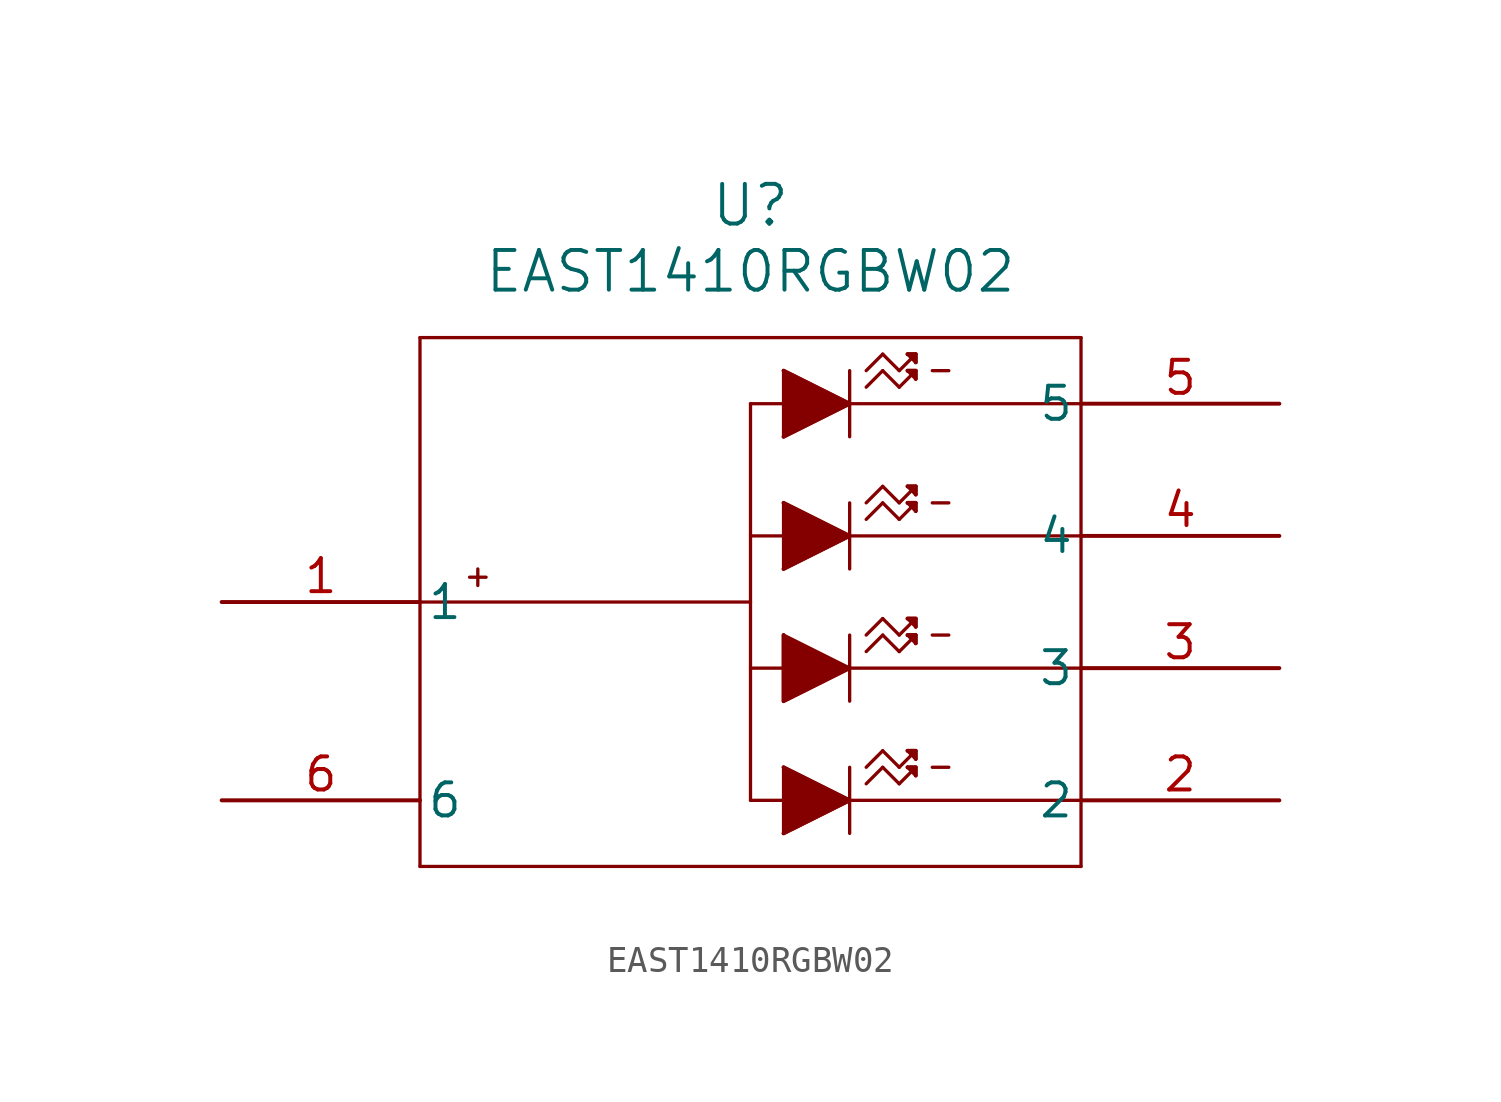
<source format=kicad_sym>
(kicad_symbol_lib
  (version 20211014)
  (generator kicad_symbol_editor)
  (symbol "EAST1410RGBW02"
    (pin_names
      (offset 0.254))
    (property "Reference" "U"
      (at 20.32 15.24 0)
      (effects (font (size 1.524 1.524))))
    (property "Value" "EAST1410RGBW02"
      (at 20.32 12.7 0)
      (effects (font (size 1.524 1.524))))
    (symbol "EAST1410RGBW02_0_1"
      (polyline (pts (xy 7.62 10.16) (xy 7.62 -10.16)) (stroke (width 0.127) (type default) (color 0 0 0 0)) (fill (type none)))
      (polyline (pts (xy 7.62 -10.16) (xy 33.02 -10.16)) (stroke (width 0.127) (type default) (color 0 0 0 0)) (fill (type none)))
      (polyline (pts (xy 33.02 -10.16) (xy 33.02 10.16)) (stroke (width 0.127) (type default) (color 0 0 0 0)) (fill (type none)))
      (polyline (pts (xy 33.02 10.16) (xy 7.62 10.16)) (stroke (width 0.127) (type default) (color 0 0 0 0)) (fill (type none)))
      (polyline (pts (xy 20.32 7.62) (xy 20.32 -7.62)) (stroke (width 0.127) (type default) (color 0 0 0 0)) (fill (type none)))
      (polyline (pts (xy 20.32 2.54) (xy 33.02 2.54)) (stroke (width 0.127) (type default) (color 0 0 0 0)) (fill (type none)))
      (polyline (pts (xy 24.13 2.54) (xy 21.59 3.81)) (stroke (width 0.127) (type default) (color 0 0 0 0)) (fill (type none)))
      (polyline (pts (xy 21.59 3.81) (xy 21.59 1.27)) (stroke (width 0.127) (type default) (color 0 0 0 0)) (fill (type none)))
      (polyline (pts (xy 21.59 1.27) (xy 24.13 2.54)) (stroke (width 0.127) (type default) (color 0 0 0 0)) (fill (type none)))
      (polyline (pts (xy 24.13 3.81) (xy 24.13 1.27)) (stroke (width 0.127) (type default) (color 0 0 0 0)) (fill (type none)))
      (polyline (pts (xy 24.13 7.62) (xy 21.59 8.89)) (stroke (width 0.127) (type default) (color 0 0 0 0)) (fill (type none)))
      (polyline (pts (xy 21.59 8.89) (xy 21.59 6.35)) (stroke (width 0.127) (type default) (color 0 0 0 0)) (fill (type none)))
      (polyline (pts (xy 21.59 6.35) (xy 24.13 7.62)) (stroke (width 0.127) (type default) (color 0 0 0 0)) (fill (type none)))
      (polyline (pts (xy 24.13 8.89) (xy 24.13 6.35)) (stroke (width 0.127) (type default) (color 0 0 0 0)) (fill (type none)))
      (polyline (pts (xy 24.13 -7.62) (xy 21.59 -6.35)) (stroke (width 0.127) (type default) (color 0 0 0 0)) (fill (type none)))
      (polyline (pts (xy 21.59 -6.35) (xy 21.59 -8.89)) (stroke (width 0.127) (type default) (color 0 0 0 0)) (fill (type none)))
      (polyline (pts (xy 21.59 -8.89) (xy 24.13 -7.62)) (stroke (width 0.127) (type default) (color 0 0 0 0)) (fill (type none)))
      (polyline (pts (xy 24.13 -6.35) (xy 24.13 -8.89)) (stroke (width 0.127) (type default) (color 0 0 0 0)) (fill (type none)))
      (polyline (pts (xy 24.13 -2.54) (xy 21.59 -1.27)) (stroke (width 0.127) (type default) (color 0 0 0 0)) (fill (type none)))
      (polyline (pts (xy 21.59 -1.27) (xy 21.59 -3.81)) (stroke (width 0.127) (type default) (color 0 0 0 0)) (fill (type none)))
      (polyline (pts (xy 21.59 -3.81) (xy 24.13 -2.54)) (stroke (width 0.127) (type default) (color 0 0 0 0)) (fill (type none)))
      (polyline (pts (xy 24.13 -1.27) (xy 24.13 -3.81)) (stroke (width 0.127) (type default) (color 0 0 0 0)) (fill (type none)))
      (polyline (pts (xy 21.59 8.89) (xy 24.13 7.62) (xy 21.59 6.35)) (stroke (width 0) (type default) (color 0 0 0 0)) (fill (type outline)))
      (polyline (pts (xy 21.59 3.81) (xy 24.13 2.54) (xy 21.59 1.27)) (stroke (width 0) (type default) (color 0 0 0 0)) (fill (type outline)))
      (polyline (pts (xy 21.59 -1.27) (xy 21.59 -3.81) (xy 24.13 -2.54)) (stroke (width 0) (type default) (color 0 0 0 0)) (fill (type outline)))
      (polyline (pts (xy 21.59 -6.35) (xy 24.13 -7.62) (xy 21.59 -8.89)) (stroke (width 0) (type default) (color 0 0 0 0)) (fill (type outline)))
      (polyline (pts (xy 20.32 -7.62) (xy 33.02 -7.62)) (stroke (width 0.127) (type default) (color 0 0 0 0)) (fill (type none)))
      (polyline (pts (xy 33.02 -2.54) (xy 20.32 -2.54)) (stroke (width 0.127) (type default) (color 0 0 0 0)) (fill (type none)))
      (polyline (pts (xy 20.32 7.62) (xy 33.02 7.62)) (stroke (width 0.127) (type default) (color 0 0 0 0)) (fill (type none)))
      (polyline (pts (xy 7.62 0) (xy 20.32 0)) (stroke (width 0.127) (type default) (color 0 0 0 0)) (fill (type none)))
      (polyline (pts (xy 24.765 8.255) (xy 25.4 8.89)) (stroke (width 0.127) (type default) (color 0 0 0 0)) (fill (type none)))
      (polyline (pts (xy 25.4 8.89) (xy 26.035 8.255)) (stroke (width 0.127) (type default) (color 0 0 0 0)) (fill (type none)))
      (polyline (pts (xy 26.035 8.255) (xy 26.67 8.89)) (stroke (width 0.127) (type default) (color 0 0 0 0)) (fill (type none)))
      (polyline (pts (xy 24.765 8.89) (xy 25.4 9.525)) (stroke (width 0.127) (type default) (color 0 0 0 0)) (fill (type none)))
      (polyline (pts (xy 25.4 9.525) (xy 26.035 8.89)) (stroke (width 0.127) (type default) (color 0 0 0 0)) (fill (type none)))
      (polyline (pts (xy 26.035 8.89) (xy 26.67 9.525)) (stroke (width 0.127) (type default) (color 0 0 0 0)) (fill (type none)))
      (polyline (pts (xy 26.67 9.525) (xy 26.352 9.525)) (stroke (width 0.127) (type default) (color 0 0 0 0)) (fill (type none)))
      (polyline (pts (xy 26.67 9.525) (xy 26.67 9.207)) (stroke (width 0.127) (type default) (color 0 0 0 0)) (fill (type none)))
      (polyline (pts (xy 26.352 9.525) (xy 26.67 9.207)) (stroke (width 0.127) (type default) (color 0 0 0 0)) (fill (type none)))
      (polyline (pts (xy 26.67 8.89) (xy 26.67 8.572)) (stroke (width 0.127) (type default) (color 0 0 0 0)) (fill (type none)))
      (polyline (pts (xy 26.352 8.89) (xy 26.67 8.572)) (stroke (width 0.127) (type default) (color 0 0 0 0)) (fill (type none)))
      (polyline (pts (xy 26.352 8.89) (xy 26.67 8.89)) (stroke (width 0.127) (type default) (color 0 0 0 0)) (fill (type none)))
      (polyline (pts (xy 26.352 9.525) (xy 26.67 9.525) (xy 26.67 9.207)) (stroke (width 0) (type default) (color 0 0 0 0)) (fill (type outline)))
      (polyline (pts (xy 26.352 8.89) (xy 26.67 8.89) (xy 26.67 8.572)) (stroke (width 0) (type default) (color 0 0 0 0)) (fill (type outline)))
      (polyline (pts (xy 24.765 3.175) (xy 25.4 3.81)) (stroke (width 0.127) (type default) (color 0 0 0 0)) (fill (type none)))
      (polyline (pts (xy 25.4 3.81) (xy 26.035 3.175)) (stroke (width 0.127) (type default) (color 0 0 0 0)) (fill (type none)))
      (polyline (pts (xy 26.035 3.175) (xy 26.67 3.81)) (stroke (width 0.127) (type default) (color 0 0 0 0)) (fill (type none)))
      (polyline (pts (xy 24.765 3.81) (xy 25.4 4.445)) (stroke (width 0.127) (type default) (color 0 0 0 0)) (fill (type none)))
      (polyline (pts (xy 25.4 4.445) (xy 26.035 3.81)) (stroke (width 0.127) (type default) (color 0 0 0 0)) (fill (type none)))
      (polyline (pts (xy 26.035 3.81) (xy 26.67 4.445)) (stroke (width 0.127) (type default) (color 0 0 0 0)) (fill (type none)))
      (polyline (pts (xy 26.67 4.445) (xy 26.352 4.445)) (stroke (width 0.127) (type default) (color 0 0 0 0)) (fill (type none)))
      (polyline (pts (xy 26.67 4.445) (xy 26.67 4.128)) (stroke (width 0.127) (type default) (color 0 0 0 0)) (fill (type none)))
      (polyline (pts (xy 26.352 4.445) (xy 26.67 4.128)) (stroke (width 0.127) (type default) (color 0 0 0 0)) (fill (type none)))
      (polyline (pts (xy 26.67 3.81) (xy 26.67 3.493)) (stroke (width 0.127) (type default) (color 0 0 0 0)) (fill (type none)))
      (polyline (pts (xy 26.352 3.81) (xy 26.67 3.493)) (stroke (width 0.127) (type default) (color 0 0 0 0)) (fill (type none)))
      (polyline (pts (xy 26.352 3.81) (xy 26.67 3.81)) (stroke (width 0.127) (type default) (color 0 0 0 0)) (fill (type none)))
      (polyline (pts (xy 26.352 4.445) (xy 26.67 4.445) (xy 26.67 4.128)) (stroke (width 0) (type default) (color 0 0 0 0)) (fill (type outline)))
      (polyline (pts (xy 26.352 3.81) (xy 26.67 3.81) (xy 26.67 3.493)) (stroke (width 0) (type default) (color 0 0 0 0)) (fill (type outline)))
      (polyline (pts (xy 24.765 -1.905) (xy 25.4 -1.27)) (stroke (width 0.127) (type default) (color 0 0 0 0)) (fill (type none)))
      (polyline (pts (xy 25.4 -1.27) (xy 26.035 -1.905)) (stroke (width 0.127) (type default) (color 0 0 0 0)) (fill (type none)))
      (polyline (pts (xy 26.035 -1.905) (xy 26.67 -1.27)) (stroke (width 0.127) (type default) (color 0 0 0 0)) (fill (type none)))
      (polyline (pts (xy 24.765 -1.27) (xy 25.4 -0.635)) (stroke (width 0.127) (type default) (color 0 0 0 0)) (fill (type none)))
      (polyline (pts (xy 25.4 -0.635) (xy 26.035 -1.27)) (stroke (width 0.127) (type default) (color 0 0 0 0)) (fill (type none)))
      (polyline (pts (xy 26.035 -1.27) (xy 26.67 -0.635)) (stroke (width 0.127) (type default) (color 0 0 0 0)) (fill (type none)))
      (polyline (pts (xy 26.67 -0.635) (xy 26.352 -0.635)) (stroke (width 0.127) (type default) (color 0 0 0 0)) (fill (type none)))
      (polyline (pts (xy 26.67 -0.635) (xy 26.67 -0.953)) (stroke (width 0.127) (type default) (color 0 0 0 0)) (fill (type none)))
      (polyline (pts (xy 26.352 -0.635) (xy 26.67 -0.953)) (stroke (width 0.127) (type default) (color 0 0 0 0)) (fill (type none)))
      (polyline (pts (xy 26.67 -1.27) (xy 26.67 -1.587)) (stroke (width 0.127) (type default) (color 0 0 0 0)) (fill (type none)))
      (polyline (pts (xy 26.352 -1.27) (xy 26.67 -1.587)) (stroke (width 0.127) (type default) (color 0 0 0 0)) (fill (type none)))
      (polyline (pts (xy 26.352 -1.27) (xy 26.67 -1.27)) (stroke (width 0.127) (type default) (color 0 0 0 0)) (fill (type none)))
      (polyline (pts (xy 24.765 -6.985) (xy 25.4 -6.35)) (stroke (width 0.127) (type default) (color 0 0 0 0)) (fill (type none)))
      (polyline (pts (xy 25.4 -6.35) (xy 26.035 -6.985)) (stroke (width 0.127) (type default) (color 0 0 0 0)) (fill (type none)))
      (polyline (pts (xy 26.035 -6.985) (xy 26.67 -6.35)) (stroke (width 0.127) (type default) (color 0 0 0 0)) (fill (type none)))
      (polyline (pts (xy 24.765 -6.35) (xy 25.4 -5.715)) (stroke (width 0.127) (type default) (color 0 0 0 0)) (fill (type none)))
      (polyline (pts (xy 25.4 -5.715) (xy 26.035 -6.35)) (stroke (width 0.127) (type default) (color 0 0 0 0)) (fill (type none)))
      (polyline (pts (xy 26.035 -6.35) (xy 26.67 -5.715)) (stroke (width 0.127) (type default) (color 0 0 0 0)) (fill (type none)))
      (polyline (pts (xy 26.67 -5.715) (xy 26.352 -5.715)) (stroke (width 0.127) (type default) (color 0 0 0 0)) (fill (type none)))
      (polyline (pts (xy 26.67 -5.715) (xy 26.67 -6.032)) (stroke (width 0.127) (type default) (color 0 0 0 0)) (fill (type none)))
      (polyline (pts (xy 26.352 -5.715) (xy 26.67 -6.032)) (stroke (width 0.127) (type default) (color 0 0 0 0)) (fill (type none)))
      (polyline (pts (xy 26.67 -6.35) (xy 26.67 -6.668)) (stroke (width 0.127) (type default) (color 0 0 0 0)) (fill (type none)))
      (polyline (pts (xy 26.352 -6.35) (xy 26.67 -6.668)) (stroke (width 0.127) (type default) (color 0 0 0 0)) (fill (type none)))
      (polyline (pts (xy 26.352 -6.35) (xy 26.67 -6.35)) (stroke (width 0.127) (type default) (color 0 0 0 0)) (fill (type none)))
      (polyline (pts (xy 26.352 -0.635) (xy 26.67 -0.635) (xy 26.67 -0.953)) (stroke (width 0) (type default) (color 0 0 0 0)) (fill (type outline)))
      (polyline (pts (xy 26.352 -1.27) (xy 26.67 -1.27) (xy 26.67 -1.587)) (stroke (width 0) (type default) (color 0 0 0 0)) (fill (type outline)))
      (polyline (pts (xy 26.352 -5.715) (xy 26.67 -5.715) (xy 26.67 -6.032)) (stroke (width 0) (type default) (color 0 0 0 0)) (fill (type outline)))
      (polyline (pts (xy 26.352 -6.35) (xy 26.67 -6.35) (xy 26.67 -6.668)) (stroke (width 0) (type default) (color 0 0 0 0)) (fill (type outline)))
      (polyline (pts (xy 9.842 0.635) (xy 9.842 1.27)) (stroke (width 0.127) (type default) (color 0 0 0 0)) (fill (type none)))
      (polyline (pts (xy 9.525 0.953) (xy 10.16 0.953)) (stroke (width 0.127) (type default) (color 0 0 0 0)) (fill (type none)))
      (polyline (pts (xy 27.305 8.89) (xy 27.94 8.89)) (stroke (width 0.127) (type default) (color 0 0 0 0)) (fill (type none)))
      (polyline (pts (xy 27.305 3.81) (xy 27.94 3.81)) (stroke (width 0.127) (type default) (color 0 0 0 0)) (fill (type none)))
      (polyline (pts (xy 27.305 -1.27) (xy 27.94 -1.27)) (stroke (width 0.127) (type default) (color 0 0 0 0)) (fill (type none)))
      (polyline (pts (xy 27.305 -6.35) (xy 27.94 -6.35)) (stroke (width 0.127) (type default) (color 0 0 0 0)) (fill (type none)))
      (pin unspecified line (at 0 0 0) (length 7.62) (name "1" (effects (font (size 1.27 1.27)))) (number "1" (effects (font (size 1.27 1.27)))))
      (pin unspecified line (at 40.64 -7.62 180) (length 7.62) (name "2" (effects (font (size 1.27 1.27)))) (number "2" (effects (font (size 1.27 1.27)))))
      (pin unspecified line (at 40.64 -2.54 180) (length 7.62) (name "3" (effects (font (size 1.27 1.27)))) (number "3" (effects (font (size 1.27 1.27)))))
      (pin unspecified line (at 40.64 2.54 180) (length 7.62) (name "4" (effects (font (size 1.27 1.27)))) (number "4" (effects (font (size 1.27 1.27)))))
      (pin unspecified line (at 40.64 7.62 180) (length 7.62) (name "5" (effects (font (size 1.27 1.27)))) (number "5" (effects (font (size 1.27 1.27)))))
      (pin unspecified line (at 0 -7.62 0) (length 7.62) (name "6" (effects (font (size 1.27 1.27)))) (number "6" (effects (font (size 1.27 1.27))))))))
</source>
